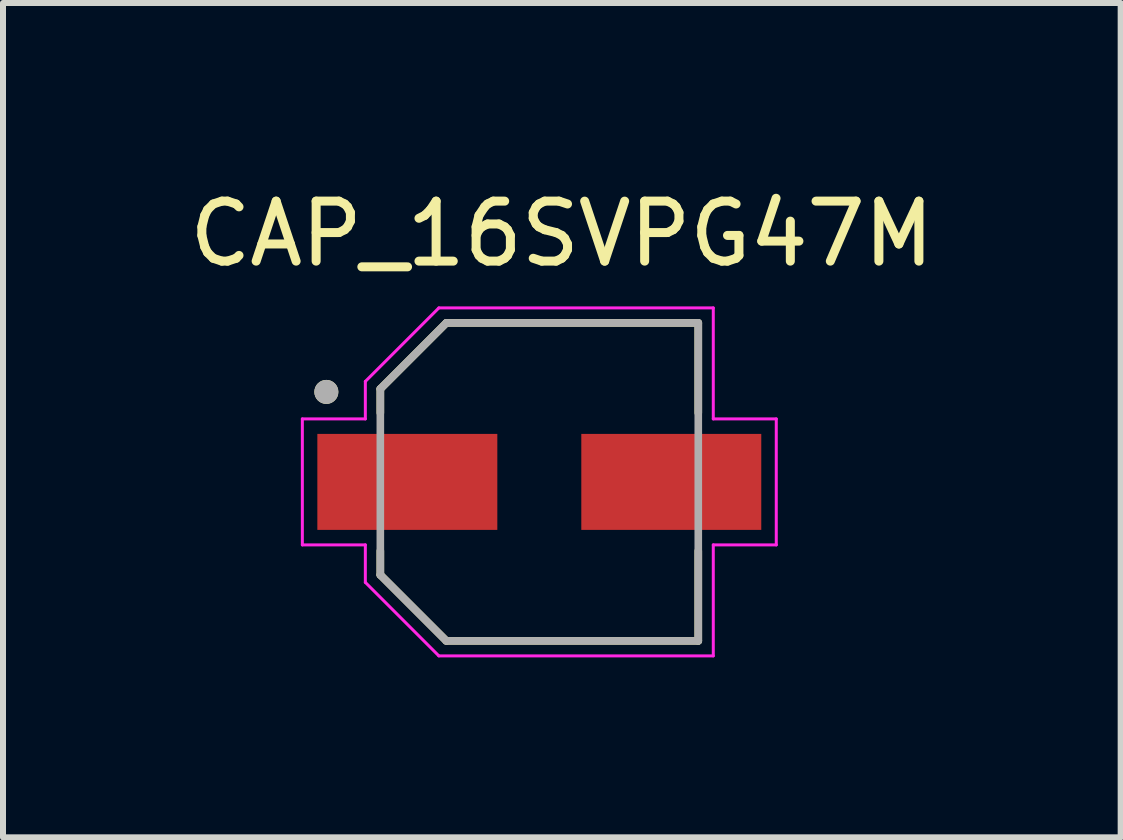
<source format=kicad_pcb>
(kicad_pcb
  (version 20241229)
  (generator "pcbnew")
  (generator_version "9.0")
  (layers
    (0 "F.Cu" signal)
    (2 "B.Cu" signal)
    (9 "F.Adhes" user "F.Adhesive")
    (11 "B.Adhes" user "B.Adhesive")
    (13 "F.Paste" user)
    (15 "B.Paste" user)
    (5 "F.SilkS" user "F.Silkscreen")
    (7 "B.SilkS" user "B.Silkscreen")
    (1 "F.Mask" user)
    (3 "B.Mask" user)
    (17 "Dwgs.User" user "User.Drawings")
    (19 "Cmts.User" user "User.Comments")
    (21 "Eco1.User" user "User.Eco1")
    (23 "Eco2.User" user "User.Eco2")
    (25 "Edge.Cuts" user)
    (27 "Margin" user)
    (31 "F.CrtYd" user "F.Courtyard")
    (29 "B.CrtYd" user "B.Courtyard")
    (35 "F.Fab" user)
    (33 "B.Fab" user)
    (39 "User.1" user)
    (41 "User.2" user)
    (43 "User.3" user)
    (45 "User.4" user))
  (footprint "CAP_16SVPG47M"
    (layer "F.Cu")
    (at 5.94 4.983)
    (property "Reference" "CAP_16SVPG47M" (at 0.375 -4.135 0) (layer "F.SilkS") (effects (font (size 1 1) (thickness 0.15))))
    (attr through_hole)
    (fp_line (start -2.65 -1.55) (end -1.55 -2.65) (stroke (width 0.127) (type solid)) (layer "F.SilkS"))
    (fp_line (start -2.65 -1.15) (end -2.65 -1.55) (stroke (width 0.127) (type solid)) (layer "F.SilkS"))
    (fp_line (start -2.65 1.15) (end -2.65 1.55) (stroke (width 0.127) (type solid)) (layer "F.SilkS"))
    (fp_line (start -2.65 1.55) (end -1.55 2.65) (stroke (width 0.127) (type solid)) (layer "F.SilkS"))
    (fp_line (start -1.55 -2.65) (end 2.65 -2.65) (stroke (width 0.127) (type solid)) (layer "F.SilkS"))
    (fp_line (start -1.55 2.65) (end 2.65 2.65) (stroke (width 0.127) (type solid)) (layer "F.SilkS"))
    (fp_line (start 2.65 -2.65) (end 2.65 -1.15) (stroke (width 0.127) (type solid)) (layer "F.SilkS"))
    (fp_line (start 2.65 2.65) (end 2.65 1.15) (stroke (width 0.127) (type solid)) (layer "F.SilkS"))
    (fp_circle (center -3.55 -1.5) (end -3.45 -1.5) (stroke (width 0.2) (type solid)) (fill no) (layer "F.SilkS"))
    (fp_line (start -3.95 -1.05) (end -2.9 -1.05) (stroke (width 0.05) (type solid)) (layer "F.CrtYd"))
    (fp_line (start -3.95 1.05) (end -3.95 -1.05) (stroke (width 0.05) (type solid)) (layer "F.CrtYd"))
    (fp_line (start -2.9 -1.675) (end -1.675 -2.9) (stroke (width 0.05) (type solid)) (layer "F.CrtYd"))
    (fp_line (start -2.9 -1.05) (end -2.9 -1.675) (stroke (width 0.05) (type solid)) (layer "F.CrtYd"))
    (fp_line (start -2.9 1.05) (end -3.95 1.05) (stroke (width 0.05) (type solid)) (layer "F.CrtYd"))
    (fp_line (start -2.9 1.675) (end -2.9 1.05) (stroke (width 0.05) (type solid)) (layer "F.CrtYd"))
    (fp_line (start -1.675 -2.9) (end 2.9 -2.9) (stroke (width 0.05) (type solid)) (layer "F.CrtYd"))
    (fp_line (start -1.675 2.9) (end -2.9 1.675) (stroke (width 0.05) (type solid)) (layer "F.CrtYd"))
    (fp_line (start 2.9 -2.9) (end 2.9 -1.05) (stroke (width 0.05) (type solid)) (layer "F.CrtYd"))
    (fp_line (start 2.9 -1.05) (end 3.95 -1.05) (stroke (width 0.05) (type solid)) (layer "F.CrtYd"))
    (fp_line (start 2.9 1.05) (end 2.9 2.9) (stroke (width 0.05) (type solid)) (layer "F.CrtYd"))
    (fp_line (start 2.9 2.9) (end -1.675 2.9) (stroke (width 0.05) (type solid)) (layer "F.CrtYd"))
    (fp_line (start 3.95 -1.05) (end 3.95 1.05) (stroke (width 0.05) (type solid)) (layer "F.CrtYd"))
    (fp_line (start 3.95 1.05) (end 2.9 1.05) (stroke (width 0.05) (type solid)) (layer "F.CrtYd"))
    (fp_line (start -2.65 -1.55) (end -1.55 -2.65) (stroke (width 0.127) (type solid)) (layer "F.Fab"))
    (fp_line (start -2.65 1.55) (end -2.65 -1.55) (stroke (width 0.127) (type solid)) (layer "F.Fab"))
    (fp_line (start -1.55 -2.65) (end 2.65 -2.65) (stroke (width 0.127) (type solid)) (layer "F.Fab"))
    (fp_line (start -1.55 2.65) (end -2.65 1.55) (stroke (width 0.127) (type solid)) (layer "F.Fab"))
    (fp_line (start 2.65 -2.65) (end 2.65 2.65) (stroke (width 0.127) (type solid)) (layer "F.Fab"))
    (fp_line (start 2.65 2.65) (end -1.55 2.65) (stroke (width 0.127) (type solid)) (layer "F.Fab"))
    (fp_circle (center -3.55 -1.5) (end -3.45 -1.5) (stroke (width 0.2) (type solid)) (fill no) (layer "F.Fab"))
    (pad "1" smd rect (at -2.2 0) (size 3 1.6) (layers "F.Cu" "F.Mask" "F.Paste"))
    (pad "2" smd rect (at 2.2 0) (size 3 1.6) (layers "F.Cu" "F.Mask" "F.Paste")))
  (gr_rect
    (start -3 -3)
    (end 15.631 10.908)
    (stroke (width 0.1) (type default))
    (fill no)
    (layer "Edge.Cuts")))
</source>
